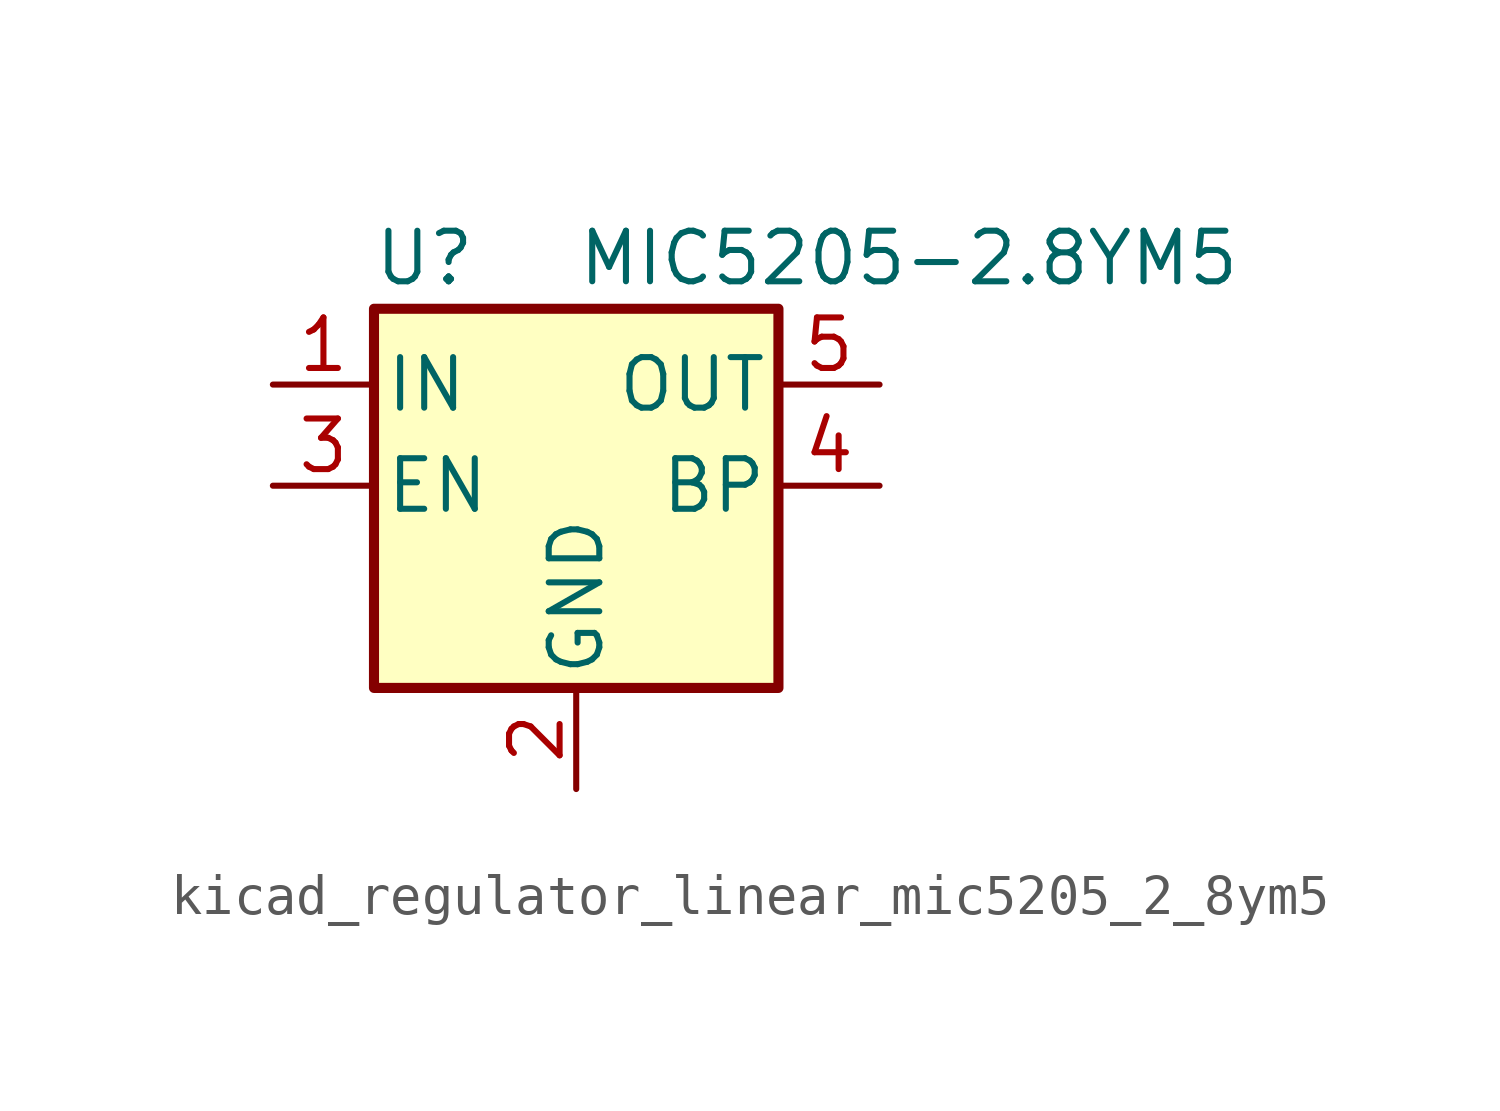
<source format=kicad_sym>
(kicad_symbol_lib
  (version 20220914)
  (generator kicad_symbol_editor)
  (symbol "kicad_regulator_linear_mic5205_2_8ym5"
    (pin_names
      (offset 0.254))
    (property "Reference" "U"
      (at -3.81 5.715 0)
      (effects (font (size 1.27 1.27))))
    (property "Value" "MIC5205-2.8YM5"
      (at 0 5.715 0)
      (effects (font (size 1.27 1.27)) (justify left)))
    (symbol "kicad_regulator_linear_mic5205_2_8ym5_0_1"
      (rectangle (start -5.08 4.445) (end 5.08 -5.08) (stroke (width 0.254) (type default)) (fill (type background))))
    (symbol "kicad_regulator_linear_mic5205_2_8ym5_1_1"
      (pin power_in line (at -7.62 2.54 0) (length 2.54) (name "IN" (effects (font (size 1.27 1.27)))) (number "1" (effects (font (size 1.27 1.27)))))
      (pin power_in line (at 0 -7.62 90) (length 2.54) (name "GND" (effects (font (size 1.27 1.27)))) (number "2" (effects (font (size 1.27 1.27)))))
      (pin input line (at -7.62 0 0) (length 2.54) (name "EN" (effects (font (size 1.27 1.27)))) (number "3" (effects (font (size 1.27 1.27)))))
      (pin input line (at 7.62 0 180) (length 2.54) (name "BP" (effects (font (size 1.27 1.27)))) (number "4" (effects (font (size 1.27 1.27)))))
      (pin power_out line (at 7.62 2.54 180) (length 2.54) (name "OUT" (effects (font (size 1.27 1.27)))) (number "5" (effects (font (size 1.27 1.27))))))))
</source>
